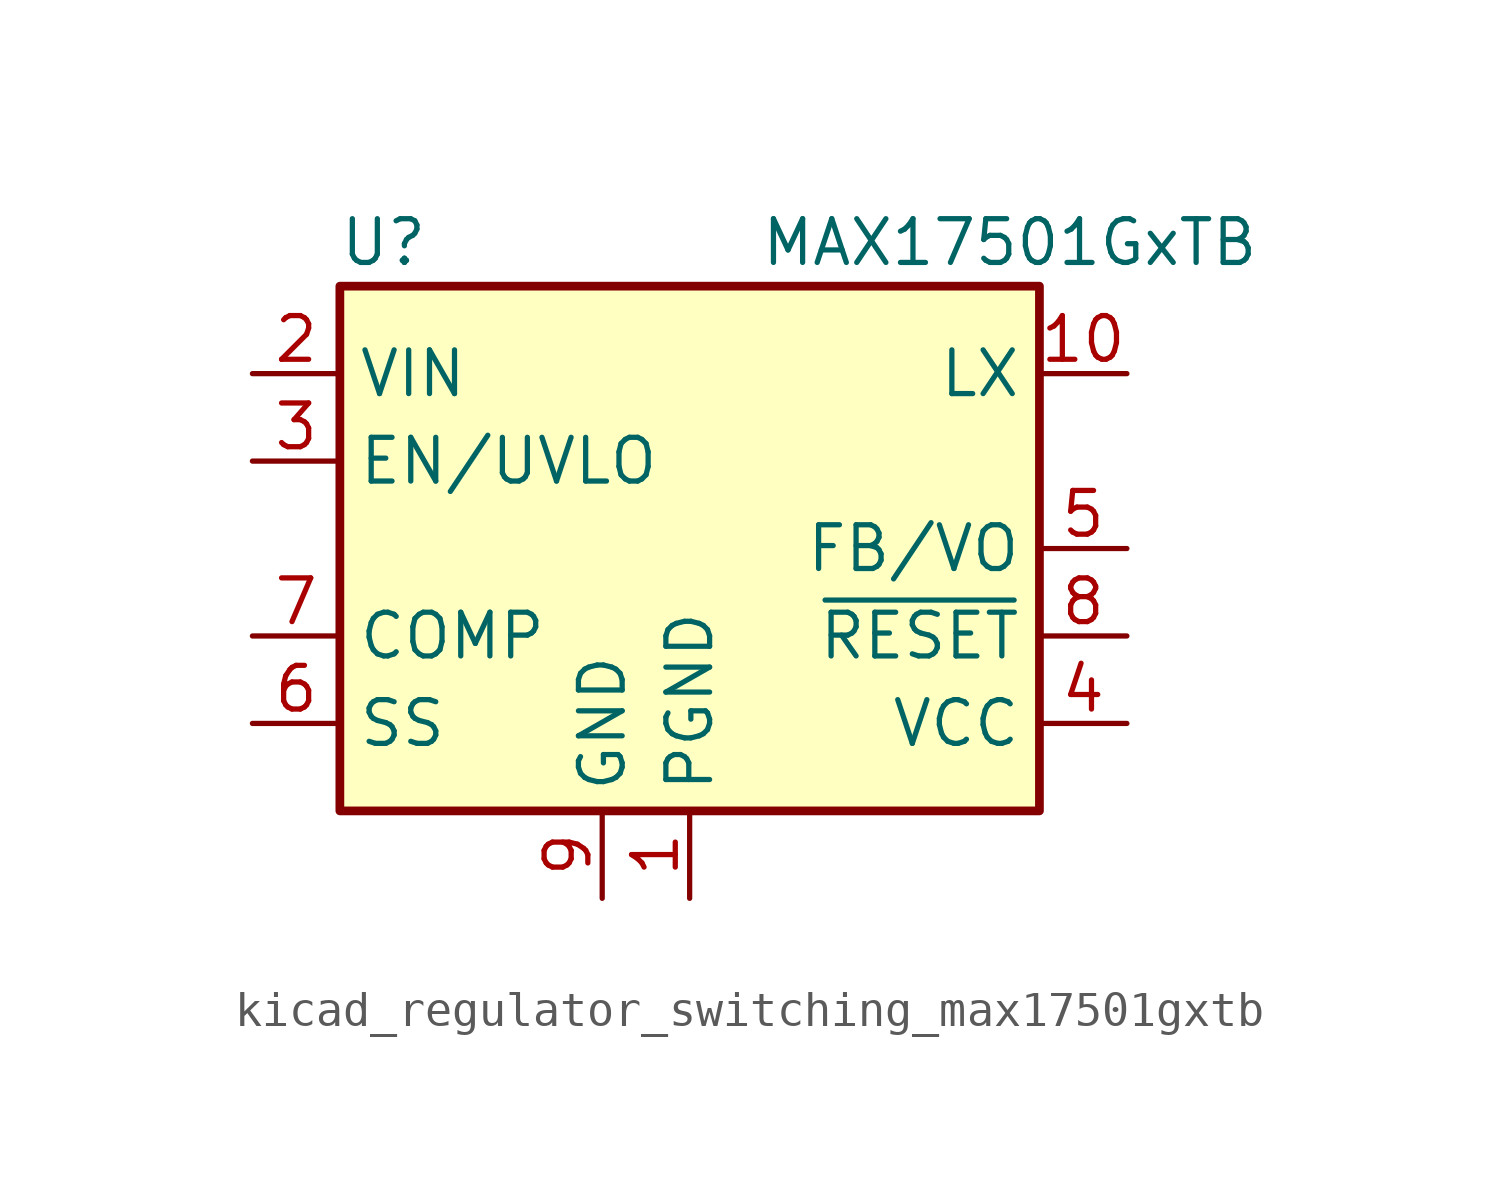
<source format=kicad_sym>
(kicad_symbol_lib
  (version 20220914)
  (generator kicad_symbol_editor)
  (symbol "kicad_regulator_switching_max17501gxtb"
    (property "Reference" "U"
      (at -8.89 8.89 0)
      (effects (font (size 1.27 1.27))))
    (property "Value" "MAX17501GxTB"
      (at 2.032 8.89 0)
      (effects (font (size 1.27 1.27)) (justify left)))
    (symbol "kicad_regulator_switching_max17501gxtb_0_1"
      (rectangle (start -10.16 7.62) (end 10.16 -7.62) (stroke (width 0.254) (type default)) (fill (type background))))
    (symbol "kicad_regulator_switching_max17501gxtb_1_1"
      (pin power_in line (at 0 -10.16 90) (length 2.54) (name "PGND" (effects (font (size 1.27 1.27)))) (number "1" (effects (font (size 1.27 1.27)))))
      (pin power_out line (at 12.7 5.08 180) (length 2.54) (name "LX" (effects (font (size 1.27 1.27)))) (number "10" (effects (font (size 1.27 1.27)))))
      (pin passive line (at -2.54 -10.16 90) (length 2.54) hide (name "GND" (effects (font (size 1.27 1.27)))) (number "11" (effects (font (size 1.27 1.27)))))
      (pin power_in line (at -12.7 5.08 0) (length 2.54) (name "VIN" (effects (font (size 1.27 1.27)))) (number "2" (effects (font (size 1.27 1.27)))))
      (pin input line (at -12.7 2.54 0) (length 2.54) (name "EN/UVLO" (effects (font (size 1.27 1.27)))) (number "3" (effects (font (size 1.27 1.27)))))
      (pin power_out line (at 12.7 -5.08 180) (length 2.54) (name "VCC" (effects (font (size 1.27 1.27)))) (number "4" (effects (font (size 1.27 1.27)))))
      (pin input line (at 12.7 0 180) (length 2.54) (name "FB/VO" (effects (font (size 1.27 1.27)))) (number "5" (effects (font (size 1.27 1.27)))))
      (pin passive line (at -12.7 -5.08 0) (length 2.54) (name "SS" (effects (font (size 1.27 1.27)))) (number "6" (effects (font (size 1.27 1.27)))))
      (pin passive line (at -12.7 -2.54 0) (length 2.54) (name "COMP" (effects (font (size 1.27 1.27)))) (number "7" (effects (font (size 1.27 1.27)))))
      (pin open_collector line (at 12.7 -2.54 180) (length 2.54) (name "~{RESET}" (effects (font (size 1.27 1.27)))) (number "8" (effects (font (size 1.27 1.27)))))
      (pin power_in line (at -2.54 -10.16 90) (length 2.54) (name "GND" (effects (font (size 1.27 1.27)))) (number "9" (effects (font (size 1.27 1.27))))))))
</source>
